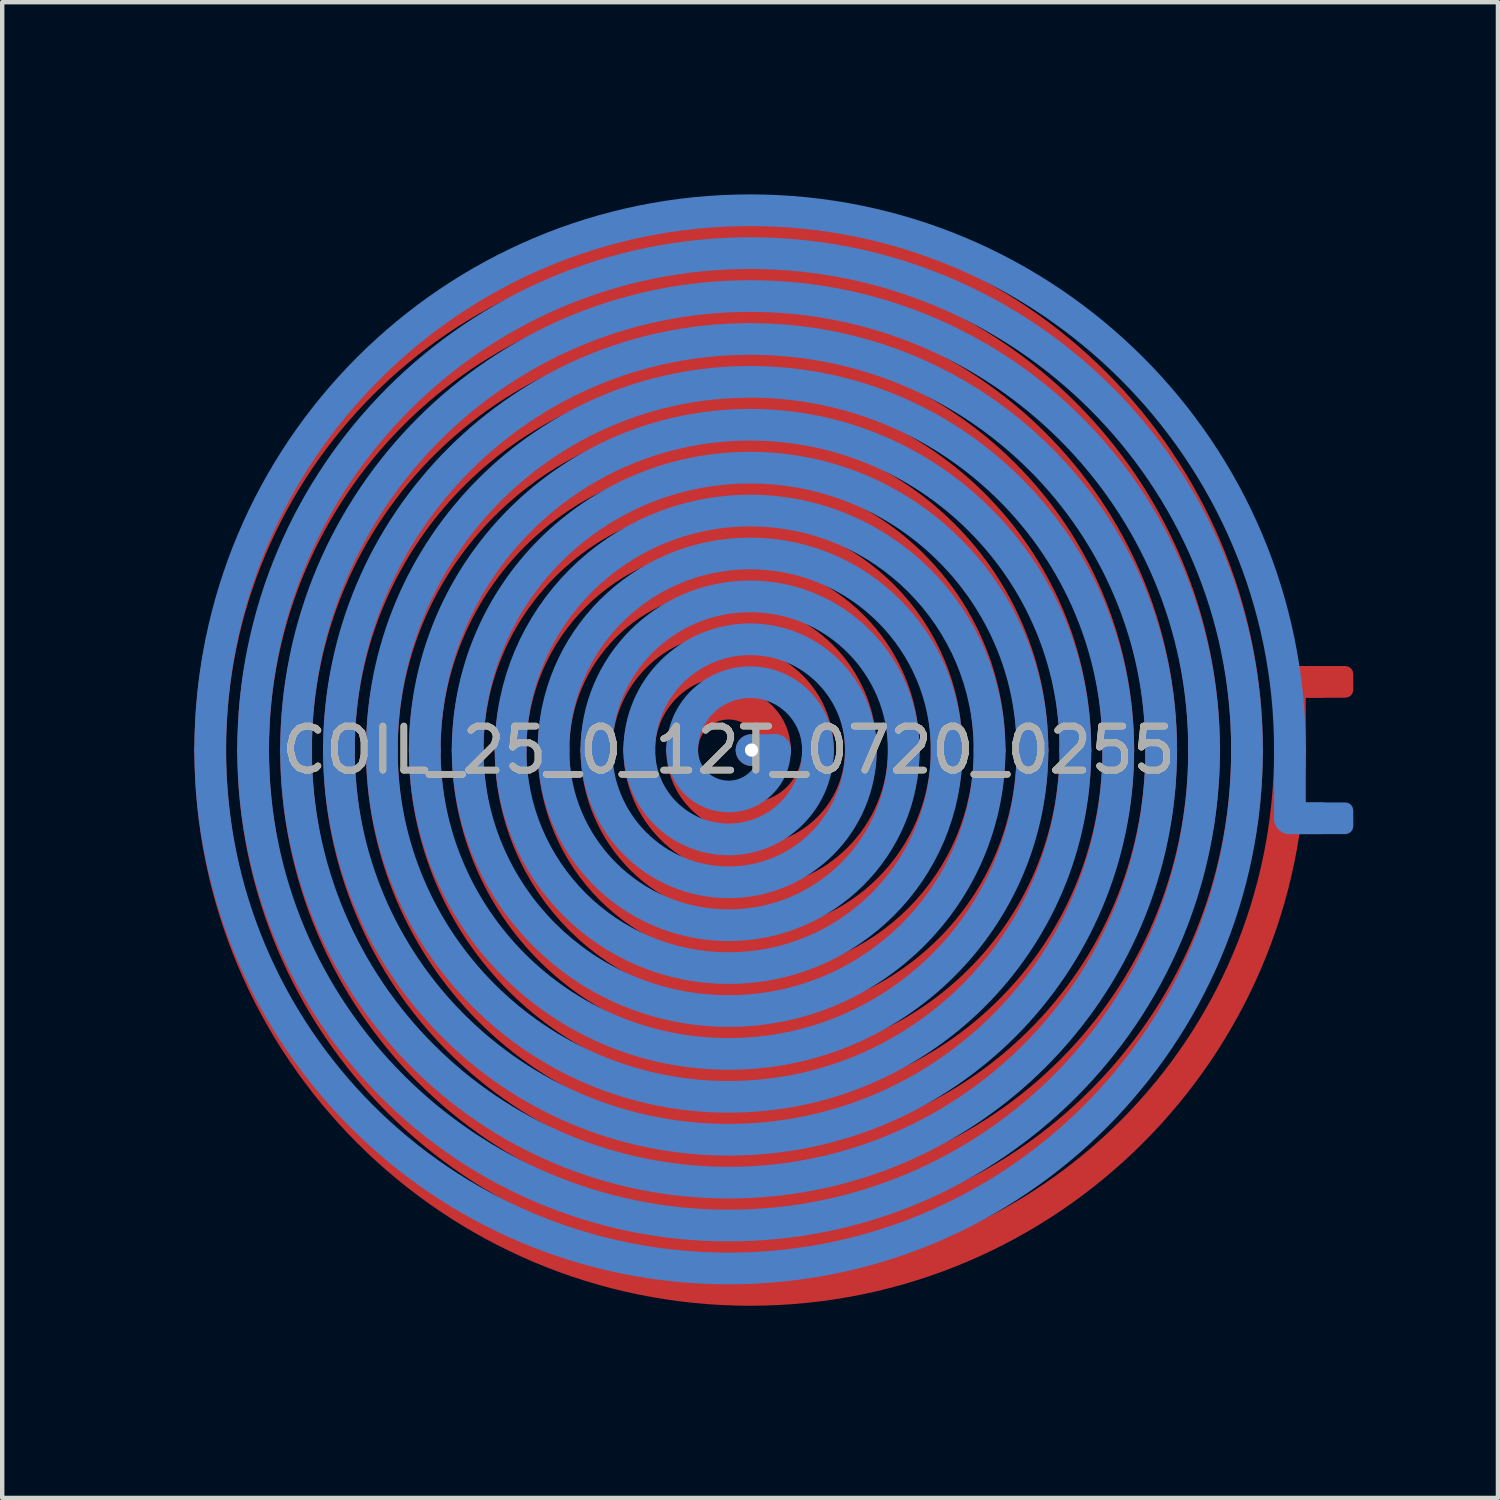
<source format=kicad_pcb>
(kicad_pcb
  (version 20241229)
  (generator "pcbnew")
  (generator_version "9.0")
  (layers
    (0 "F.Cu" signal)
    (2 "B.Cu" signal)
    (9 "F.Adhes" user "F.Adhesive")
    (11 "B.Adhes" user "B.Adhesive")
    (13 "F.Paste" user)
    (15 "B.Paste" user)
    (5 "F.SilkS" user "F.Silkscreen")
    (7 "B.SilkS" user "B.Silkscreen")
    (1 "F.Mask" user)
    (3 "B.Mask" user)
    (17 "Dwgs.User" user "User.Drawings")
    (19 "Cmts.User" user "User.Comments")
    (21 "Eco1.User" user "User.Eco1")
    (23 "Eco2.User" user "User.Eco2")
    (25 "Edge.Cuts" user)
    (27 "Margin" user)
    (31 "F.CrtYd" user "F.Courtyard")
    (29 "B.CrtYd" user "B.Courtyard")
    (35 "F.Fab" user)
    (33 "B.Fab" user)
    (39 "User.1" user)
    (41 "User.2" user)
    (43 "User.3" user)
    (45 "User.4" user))
  (footprint "COIL_25_0_12T_0720_0255"
    (layer "F.Cu")
    (at 13.995 13.995)
    (property "Reference" "COIL_25_0_12T_0720_0255" (at -0.487 0 0) (unlocked yes) (layer "F.SilkS") (effects (font (size 1 1) (thickness 0.15))))
    (attr smd exclude_from_pos_files exclude_from_bom allow_missing_courtyard)
    (fp_line (start 0.568 0) (end 0.033 0) (stroke (width 0.72) (type default)) (layer "F.Cu"))
    (fp_line (start 12.268 -1.55) (end 12.988 -1.55) (stroke (width 0.72) (type default)) (layer "F.Cu"))
    (fp_line (start 12.268 0) (end 12.268 -1.55) (stroke (width 0.72) (type default)) (layer "F.Cu"))
    (fp_arc (start -12.2675 0) (mid -0.4875 -11.78) (end 11.2925 0) (stroke (width 0.72) (type default)) (layer "F.Cu"))
    (fp_arc (start -11.2925 0) (mid -0.4875 -10.805) (end 10.3175 0) (stroke (width 0.72) (type default)) (layer "F.Cu"))
    (fp_arc (start -10.3175 0) (mid -0.4875 -9.83) (end 9.3425 0) (stroke (width 0.72) (type default)) (layer "F.Cu"))
    (fp_arc (start -9.3425 0) (mid -0.4875 -8.855) (end 8.3675 0) (stroke (width 0.72) (type default)) (layer "F.Cu"))
    (fp_arc (start -8.3675 0) (mid -0.4875 -7.88) (end 7.3925 0) (stroke (width 0.72) (type default)) (layer "F.Cu"))
    (fp_arc (start -7.3925 0) (mid -0.4875 -6.905) (end 6.4175 0) (stroke (width 0.72) (type default)) (layer "F.Cu"))
    (fp_arc (start -6.4175 0) (mid -0.4875 -5.93) (end 5.4425 0) (stroke (width 0.72) (type default)) (layer "F.Cu"))
    (fp_arc (start -5.4425 0) (mid -0.4875 -4.955) (end 4.4675 0) (stroke (width 0.72) (type default)) (layer "F.Cu"))
    (fp_arc (start -4.4675 0) (mid -0.4875 -3.98) (end 3.4925 0) (stroke (width 0.72) (type default)) (layer "F.Cu"))
    (fp_arc (start -3.4925 0) (mid -0.4875 -3.005) (end 2.5175 0) (stroke (width 0.72) (type default)) (layer "F.Cu"))
    (fp_arc (start -2.5175 0) (mid -0.4875 -2.03) (end 1.5425 0) (stroke (width 0.72) (type default)) (layer "F.Cu"))
    (fp_arc (start -1.5425 0) (mid -0.4875 -1.055) (end 0.5675 0) (stroke (width 0.72) (type default)) (layer "F.Cu"))
    (fp_arc (start 1.5425 0) (mid -0.0005 1.542) (end -1.5425 0) (stroke (width 0.72) (type default)) (layer "F.Cu"))
    (fp_arc (start 2.5175 0) (mid -0.0005 2.517) (end -2.5175 0) (stroke (width 0.72) (type default)) (layer "F.Cu"))
    (fp_arc (start 3.4925 0) (mid -0.0005 3.492) (end -3.4925 0) (stroke (width 0.72) (type default)) (layer "F.Cu"))
    (fp_arc (start 4.4675 0) (mid -0.0005 4.467) (end -4.4675 0) (stroke (width 0.72) (type default)) (layer "F.Cu"))
    (fp_arc (start 5.4425 0) (mid -0.0005 5.442) (end -5.4425 0) (stroke (width 0.72) (type default)) (layer "F.Cu"))
    (fp_arc (start 6.4175 0) (mid -0.0005 6.417) (end -6.4175 0) (stroke (width 0.72) (type default)) (layer "F.Cu"))
    (fp_arc (start 7.3925 0) (mid -0.0005 7.392) (end -7.3925 0) (stroke (width 0.72) (type default)) (layer "F.Cu"))
    (fp_arc (start 8.3675 0) (mid -0.0005 8.367) (end -8.3675 0) (stroke (width 0.72) (type default)) (layer "F.Cu"))
    (fp_arc (start 9.3425 0) (mid -0.0005 9.342) (end -9.3425 0) (stroke (width 0.72) (type default)) (layer "F.Cu"))
    (fp_arc (start 10.3175 0) (mid -0.0005 10.317) (end -10.3175 0) (stroke (width 0.72) (type default)) (layer "F.Cu"))
    (fp_arc (start 11.2925 0) (mid -0.0005 11.292) (end -11.2925 0) (stroke (width 0.72) (type default)) (layer "F.Cu"))
    (fp_arc (start 12.2675 0) (mid -0.0005 12.267) (end -12.2675 0) (stroke (width 0.72) (type default)) (layer "F.Cu"))
    (fp_line (start 0.568 0) (end 0.033 0) (stroke (width 0.72) (type default)) (layer "B.Cu"))
    (fp_line (start 12.268 0) (end 12.268 1.55) (stroke (width 0.72) (type default)) (layer "B.Cu"))
    (fp_line (start 12.268 1.55) (end 12.988 1.55) (stroke (width 0.72) (type default)) (layer "B.Cu"))
    (fp_arc (start -12.2675 0) (mid -0.0005 -12.267) (end 12.2675 0) (stroke (width 0.72) (type default)) (layer "B.Cu"))
    (fp_arc (start -11.2925 0) (mid -0.0005 -11.292) (end 11.2925 0) (stroke (width 0.72) (type default)) (layer "B.Cu"))
    (fp_arc (start -10.3175 0) (mid -0.0005 -10.317) (end 10.3175 0) (stroke (width 0.72) (type default)) (layer "B.Cu"))
    (fp_arc (start -9.3425 0) (mid -0.0005 -9.342) (end 9.3425 0) (stroke (width 0.72) (type default)) (layer "B.Cu"))
    (fp_arc (start -8.3675 0) (mid -0.0005 -8.367) (end 8.3675 0) (stroke (width 0.72) (type default)) (layer "B.Cu"))
    (fp_arc (start -7.3925 0) (mid -0.0005 -7.392) (end 7.3925 0) (stroke (width 0.72) (type default)) (layer "B.Cu"))
    (fp_arc (start -6.4175 0) (mid -0.0005 -6.417) (end 6.4175 0) (stroke (width 0.72) (type default)) (layer "B.Cu"))
    (fp_arc (start -5.4425 0) (mid -0.0005 -5.442) (end 5.4425 0) (stroke (width 0.72) (type default)) (layer "B.Cu"))
    (fp_arc (start -4.4675 0) (mid -0.0005 -4.467) (end 4.4675 0) (stroke (width 0.72) (type default)) (layer "B.Cu"))
    (fp_arc (start -3.4925 0) (mid -0.0005 -3.492) (end 3.4925 0) (stroke (width 0.72) (type default)) (layer "B.Cu"))
    (fp_arc (start -2.5175 0) (mid -0.0005 -2.517) (end 2.5175 0) (stroke (width 0.72) (type default)) (layer "B.Cu"))
    (fp_arc (start -1.5425 0) (mid -0.0005 -1.542) (end 1.5425 0) (stroke (width 0.72) (type default)) (layer "B.Cu"))
    (fp_arc (start 0.5675 0) (mid -0.4875 1.055) (end -1.5425 0) (stroke (width 0.72) (type default)) (layer "B.Cu"))
    (fp_arc (start 1.5425 0) (mid -0.4875 2.03) (end -2.5175 0) (stroke (width 0.72) (type default)) (layer "B.Cu"))
    (fp_arc (start 2.5175 0) (mid -0.4875 3.005) (end -3.4925 0) (stroke (width 0.72) (type default)) (layer "B.Cu"))
    (fp_arc (start 3.4925 0) (mid -0.4875 3.98) (end -4.4675 0) (stroke (width 0.72) (type default)) (layer "B.Cu"))
    (fp_arc (start 4.4675 0) (mid -0.4875 4.955) (end -5.4425 0) (stroke (width 0.72) (type default)) (layer "B.Cu"))
    (fp_arc (start 5.4425 0) (mid -0.4875 5.93) (end -6.4175 0) (stroke (width 0.72) (type default)) (layer "B.Cu"))
    (fp_arc (start 6.4175 0) (mid -0.4875 6.905) (end -7.3925 0) (stroke (width 0.72) (type default)) (layer "B.Cu"))
    (fp_arc (start 7.3925 0) (mid -0.4875 7.88) (end -8.3675 0) (stroke (width 0.72) (type default)) (layer "B.Cu"))
    (fp_arc (start 8.3675 0) (mid -0.4875 8.855) (end -9.3425 0) (stroke (width 0.72) (type default)) (layer "B.Cu"))
    (fp_arc (start 9.3425 0) (mid -0.4875 9.83) (end -10.3175 0) (stroke (width 0.72) (type default)) (layer "B.Cu"))
    (fp_arc (start 10.3175 0) (mid -0.4875 10.805) (end -11.2925 0) (stroke (width 0.72) (type default)) (layer "B.Cu"))
    (fp_arc (start 11.2925 0) (mid -0.4875 11.78) (end -12.2675 0) (stroke (width 0.72) (type default)) (layer "B.Cu"))
    (fp_text user "${REFERENCE}" (at -0.487 0 0) (unlocked yes) (layer "F.Fab") (effects (font (size 1 1) (thickness 0.15))))
    (pad "0" thru_hole circle (at 0.033 0) (size 0.6 0.6) (drill 0.3) (layers "*.Cu") (remove_unused_layers yes) (keep_end_layers yes) (zone_layer_connections))
    (pad "1" smd roundrect (at 12.988 -1.55) (size 1.44 0.72) (layers "F.Cu") (roundrect_rratio 0.25))
    (pad "2" smd roundrect (at 12.988 1.55) (size 1.44 0.72) (layers "B.Cu") (roundrect_rratio 0.25))
    (zone (net_name "") (layers "F.Cu" "B.Cu") (hatch edge 0.5) (connect_pads) (min_thickness 0.25) (filled_areas_thickness no) (keepout (tracks allowed) (vias allowed) (pads allowed) (copperpour not_allowed) (footprints allowed)) (placement (enabled no)) (fill) (polygon (pts (xy 27.99 13.629) (xy 27.952 12.897) (xy 27.875 12.168) (xy 27.761 11.444) (xy 27.608 10.727) (xy 27.419 10.019) (xy 27.192 9.322) (xy 26.93 8.638) (xy 26.631 7.968) (xy 26.299 7.315) (xy 25.932 6.68) (xy 25.533 6.066) (xy 25.102 5.473) (xy 24.641 4.903) (xy 24.15 4.358) (xy 23.632 3.84) (xy 23.087 3.35) (xy 22.518 2.888) (xy 21.925 2.457) (xy 21.31 2.058) (xy 20.675 1.692) (xy 20.022 1.359) (xy 19.353 1.061) (xy 18.668 0.798) (xy 17.971 0.572) (xy 17.263 0.382) (xy 16.547 0.23) (xy 15.823 0.115) (xy 15.094 0.038) (xy 14.362 0) (xy 13.629 0) (xy 12.897 0.038) (xy 12.168 0.115) (xy 11.444 0.23) (xy 10.727 0.382) (xy 10.019 0.572) (xy 9.322 0.798) (xy 8.638 1.061) (xy 7.968 1.359) (xy 7.315 1.692) (xy 6.68 2.058) (xy 6.066 2.457) (xy 5.473 2.888) (xy 4.903 3.35) (xy 4.358 3.84) (xy 3.84 4.358) (xy 3.35 4.903) (xy 2.888 5.473) (xy 2.457 6.066) (xy 2.058 6.68) (xy 1.692 7.315) (xy 1.359 7.968) (xy 1.061 8.638) (xy 0.798 9.322) (xy 0.572 10.019) (xy 0.382 10.727) (xy 0.23 11.444) (xy 0.115 12.168) (xy 0.038 12.897) (xy 0 13.629) (xy 0 14.362) (xy 0.038 15.094) (xy 0.115 15.823) (xy 0.23 16.547) (xy 0.382 17.263) (xy 0.572 17.971) (xy 0.798 18.668) (xy 1.061 19.353) (xy 1.359 20.022) (xy 1.692 20.675) (xy 2.058 21.31) (xy 2.457 21.925) (xy 2.888 22.518) (xy 3.35 23.087) (xy 3.84 23.632) (xy 4.358 24.15) (xy 4.903 24.641) (xy 5.473 25.102) (xy 6.066 25.533) (xy 6.68 25.932) (xy 7.315 26.299) (xy 7.968 26.631) (xy 8.638 26.93) (xy 9.322 27.192) (xy 10.019 27.419) (xy 10.727 27.608) (xy 11.444 27.761) (xy 12.168 27.875) (xy 12.897 27.952) (xy 13.629 27.99) (xy 14.362 27.99) (xy 15.094 27.952) (xy 15.823 27.875) (xy 16.547 27.761) (xy 17.263 27.608) (xy 17.971 27.419) (xy 18.668 27.192) (xy 19.353 26.93) (xy 20.022 26.631) (xy 20.675 26.299) (xy 21.31 25.932) (xy 21.925 25.533) (xy 22.518 25.102) (xy 23.087 24.641) (xy 23.632 24.15) (xy 24.15 23.632) (xy 24.641 23.087) (xy 25.102 22.518) (xy 25.533 21.925) (xy 25.932 21.31) (xy 26.299 20.675) (xy 26.631 20.022) (xy 26.93 19.353) (xy 27.192 18.668) (xy 27.419 17.971) (xy 27.608 17.263) (xy 27.761 16.547) (xy 27.875 15.823) (xy 27.952 15.094) (xy 27.99 14.362)))))
  (gr_rect
    (start -3 -3)
    (end 30.99 30.99)
    (stroke (width 0.1) (type default))
    (fill no)
    (layer "Edge.Cuts")))
</source>
